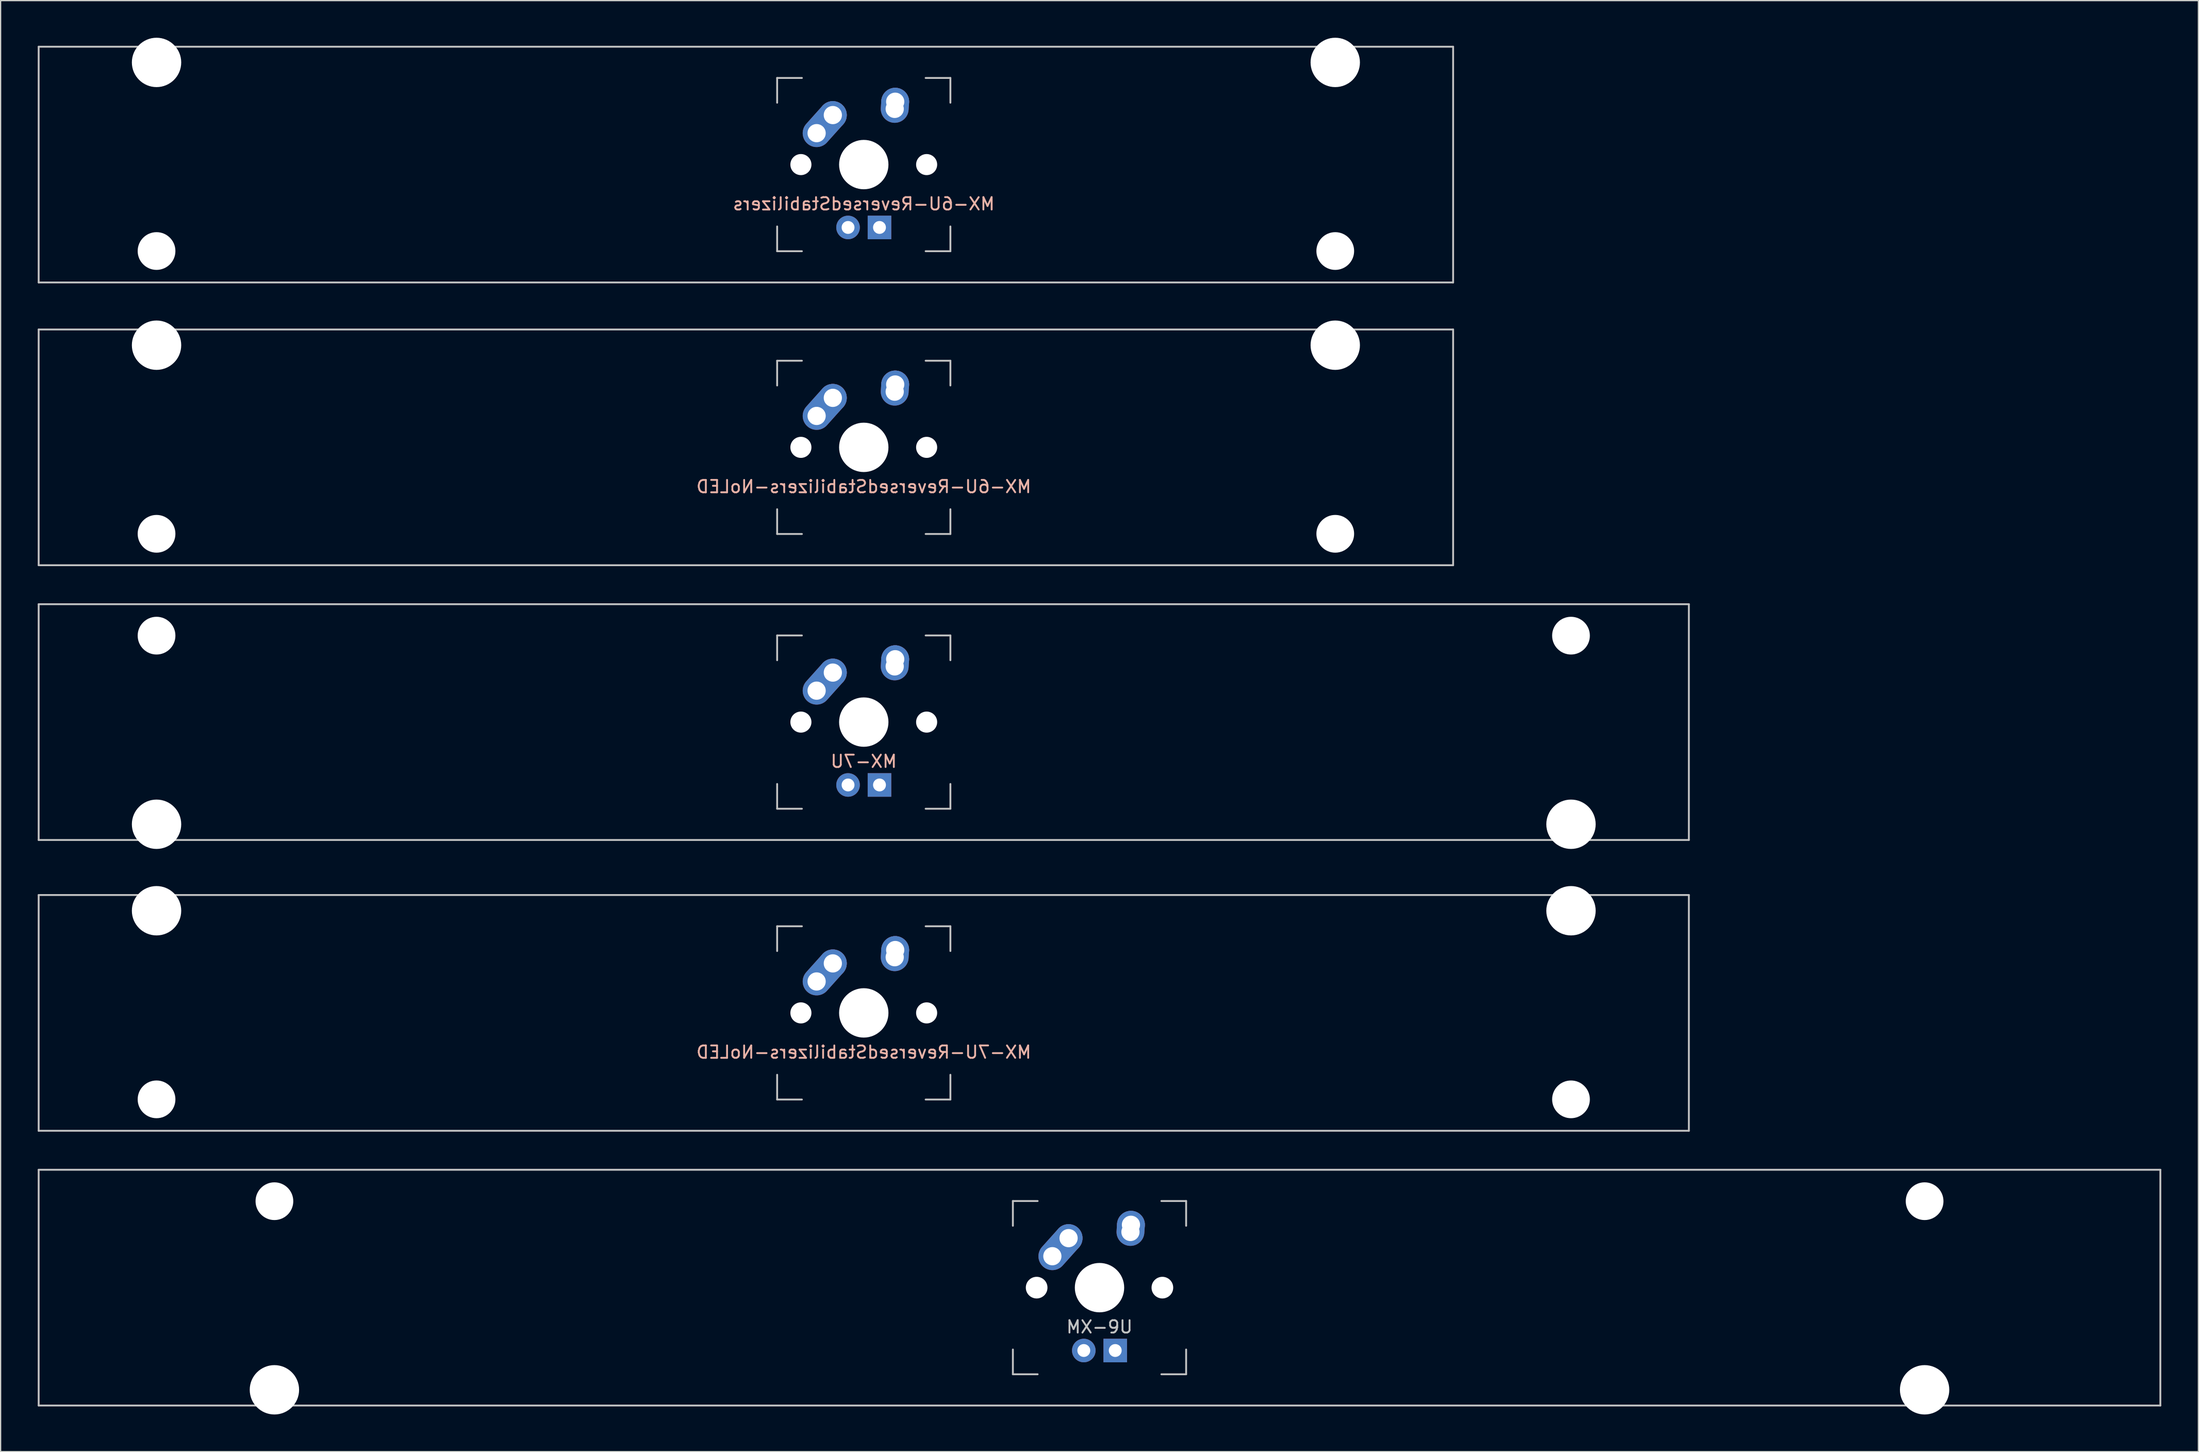
<source format=kicad_pcb>
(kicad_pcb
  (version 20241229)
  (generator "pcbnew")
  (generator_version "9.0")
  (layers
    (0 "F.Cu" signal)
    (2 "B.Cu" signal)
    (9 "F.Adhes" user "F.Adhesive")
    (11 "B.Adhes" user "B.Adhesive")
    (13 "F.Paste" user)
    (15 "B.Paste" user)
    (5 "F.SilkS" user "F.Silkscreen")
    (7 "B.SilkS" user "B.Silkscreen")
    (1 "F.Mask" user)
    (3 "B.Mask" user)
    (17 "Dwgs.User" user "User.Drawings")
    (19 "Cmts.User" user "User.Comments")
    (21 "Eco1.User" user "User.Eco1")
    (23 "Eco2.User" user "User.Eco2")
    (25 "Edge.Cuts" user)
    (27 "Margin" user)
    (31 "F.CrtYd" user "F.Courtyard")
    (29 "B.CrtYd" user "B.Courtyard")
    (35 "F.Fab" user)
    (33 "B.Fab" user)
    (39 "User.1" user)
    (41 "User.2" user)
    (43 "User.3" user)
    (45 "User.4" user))
  (footprint "MX-7U"
    (layer "F.Cu")
    (at 66.75 55.298)
    (property "Reference" "MX-7U" (at 0 3.175 0) (layer "B.SilkS") (effects (font (size 1 1) (thickness 0.15)) (justify mirror)))
    (attr through_hole)
    (fp_line (start -66.675 -9.525) (end 66.675 -9.525) (stroke (width 0.15) (type solid)) (layer "Dwgs.User"))
    (fp_line (start -66.675 9.525) (end -66.675 -9.525) (stroke (width 0.15) (type solid)) (layer "Dwgs.User"))
    (fp_line (start -66.675 9.525) (end 66.675 9.525) (stroke (width 0.15) (type solid)) (layer "Dwgs.User"))
    (fp_line (start -7 -7) (end -7 -5) (stroke (width 0.15) (type solid)) (layer "Dwgs.User"))
    (fp_line (start -7 5) (end -7 7) (stroke (width 0.15) (type solid)) (layer "Dwgs.User"))
    (fp_line (start -7 7) (end -5 7) (stroke (width 0.15) (type solid)) (layer "Dwgs.User"))
    (fp_line (start -5 -7) (end -7 -7) (stroke (width 0.15) (type solid)) (layer "Dwgs.User"))
    (fp_line (start 5 -7) (end 7 -7) (stroke (width 0.15) (type solid)) (layer "Dwgs.User"))
    (fp_line (start 5 7) (end 7 7) (stroke (width 0.15) (type solid)) (layer "Dwgs.User"))
    (fp_line (start 7 -7) (end 7 -5) (stroke (width 0.15) (type solid)) (layer "Dwgs.User"))
    (fp_line (start 7 7) (end 7 5) (stroke (width 0.15) (type solid)) (layer "Dwgs.User"))
    (fp_line (start 66.675 -9.525) (end 66.675 9.525) (stroke (width 0.15) (type solid)) (layer "Dwgs.User"))
    (pad "" np_thru_hole circle (at -57.15 -6.985) (size 3.048 3.048) (drill 3.048) (layers "*.Cu" "*.Mask"))
    (pad "" np_thru_hole circle (at -57.15 8.255) (size 3.988 3.988) (drill 3.988) (layers "*.Cu" "*.Mask"))
    (pad "" np_thru_hole circle (at -5.08 0 48.1) (size 1.702 1.702) (drill 1.702) (layers "*.Cu" "*.Mask"))
    (pad "" np_thru_hole circle (at 0 0) (size 3.988 3.988) (drill 3.988) (layers "*.Cu" "*.Mask"))
    (pad "" np_thru_hole circle (at 5.08 0 48.1) (size 1.702 1.702) (drill 1.702) (layers "*.Cu" "*.Mask"))
    (pad "" np_thru_hole circle (at 57.15 -6.985) (size 3.048 3.048) (drill 3.048) (layers "*.Cu" "*.Mask"))
    (pad "" np_thru_hole circle (at 57.15 8.255) (size 3.988 3.988) (drill 3.988) (layers "*.Cu" "*.Mask"))
    (pad "1" thru_hole oval (at -3.81 -2.54 48.1) (size 4.212 2.25) (drill 1.47 (offset 0.981 0)) (layers "*.Cu" "*.Mask"))
    (pad "1" thru_hole circle (at -2.5 -4) (size 2.25 2.25) (drill 1.47) (layers "*.Cu" "*.Mask"))
    (pad "2" thru_hole oval (at 2.5 -4.5 86.055) (size 2.831 2.25) (drill 1.47 (offset 0.291 0)) (layers "*.Cu" "*.Mask"))
    (pad "2" thru_hole circle (at 2.54 -5.08) (size 2.25 2.25) (drill 1.47) (layers "*.Cu" "*.Mask"))
    (pad "3" thru_hole circle (at -1.27 5.08) (size 1.905 1.905) (drill 1.04) (layers "*.Cu" "*.Mask"))
    (pad "4" thru_hole rect (at 1.27 5.08) (size 1.905 1.905) (drill 1.04) (layers "*.Cu" "*.Mask")))
  (footprint "MX-9U"
    (layer "F.Cu")
    (at 85.8 100.996)
    (property "Reference" "MX-9U" (at 0 3.175 0) (layer "Dwgs.User") (effects (font (size 1 1) (thickness 0.15))))
    (attr through_hole)
    (fp_line (start -85.725 -9.525) (end 85.725 -9.525) (stroke (width 0.15) (type solid)) (layer "Dwgs.User"))
    (fp_line (start -85.725 9.525) (end -85.725 -9.525) (stroke (width 0.15) (type solid)) (layer "Dwgs.User"))
    (fp_line (start -85.725 9.525) (end 85.725 9.525) (stroke (width 0.15) (type solid)) (layer "Dwgs.User"))
    (fp_line (start -7 -7) (end -7 -5) (stroke (width 0.15) (type solid)) (layer "Dwgs.User"))
    (fp_line (start -7 5) (end -7 7) (stroke (width 0.15) (type solid)) (layer "Dwgs.User"))
    (fp_line (start -7 7) (end -5 7) (stroke (width 0.15) (type solid)) (layer "Dwgs.User"))
    (fp_line (start -5 -7) (end -7 -7) (stroke (width 0.15) (type solid)) (layer "Dwgs.User"))
    (fp_line (start 5 -7) (end 7 -7) (stroke (width 0.15) (type solid)) (layer "Dwgs.User"))
    (fp_line (start 5 7) (end 7 7) (stroke (width 0.15) (type solid)) (layer "Dwgs.User"))
    (fp_line (start 7 -7) (end 7 -5) (stroke (width 0.15) (type solid)) (layer "Dwgs.User"))
    (fp_line (start 7 7) (end 7 5) (stroke (width 0.15) (type solid)) (layer "Dwgs.User"))
    (fp_line (start 85.725 -9.525) (end 85.725 9.525) (stroke (width 0.15) (type solid)) (layer "Dwgs.User"))
    (pad "" np_thru_hole circle (at -66.675 -6.985) (size 3.048 3.048) (drill 3.048) (layers "*.Cu" "*.Mask"))
    (pad "" np_thru_hole circle (at -66.675 8.255) (size 3.988 3.988) (drill 3.988) (layers "*.Cu" "*.Mask"))
    (pad "" np_thru_hole circle (at -5.08 0 48.1) (size 1.75 1.75) (drill 1.75) (layers "*.Cu" "*.Mask"))
    (pad "" np_thru_hole circle (at 0 0) (size 3.988 3.988) (drill 3.988) (layers "*.Cu" "*.Mask"))
    (pad "" np_thru_hole circle (at 5.08 0 48.1) (size 1.75 1.75) (drill 1.75) (layers "*.Cu" "*.Mask"))
    (pad "" np_thru_hole circle (at 66.675 -6.985) (size 3.048 3.048) (drill 3.048) (layers "*.Cu" "*.Mask"))
    (pad "" np_thru_hole circle (at 66.675 8.255) (size 3.988 3.988) (drill 3.988) (layers "*.Cu" "*.Mask"))
    (pad "1" thru_hole oval (at -3.81 -2.54 48.1) (size 4.212 2.25) (drill 1.47 (offset 0.981 0)) (layers "*.Cu" "B.Mask"))
    (pad "1" thru_hole circle (at -2.5 -4) (size 2.25 2.25) (drill 1.47) (layers "*.Cu" "B.Mask"))
    (pad "2" thru_hole oval (at 2.5 -4.5 86.055) (size 2.831 2.25) (drill 1.47 (offset 0.291 0)) (layers "*.Cu" "B.Mask"))
    (pad "2" thru_hole circle (at 2.54 -5.08) (size 2.25 2.25) (drill 1.47) (layers "*.Cu" "B.Mask"))
    (pad "3" thru_hole circle (at -1.27 5.08) (size 1.905 1.905) (drill 1.04) (layers "*.Cu" "B.Mask"))
    (pad "4" thru_hole rect (at 1.27 5.08) (size 1.905 1.905) (drill 1.04) (layers "*.Cu" "B.Mask")))
  (footprint "MX-7U-ReversedStabilizers-NoLED"
    (layer "F.Cu")
    (at 66.75 78.796)
    (property "Reference" "MX-7U-ReversedStabilizers-NoLED" (at 0 3.175 0) (layer "B.SilkS") (effects (font (size 1 1) (thickness 0.15)) (justify mirror)))
    (attr through_hole)
    (fp_line (start -66.675 -9.525) (end 66.675 -9.525) (stroke (width 0.15) (type solid)) (layer "Dwgs.User"))
    (fp_line (start -66.675 9.525) (end -66.675 -9.525) (stroke (width 0.15) (type solid)) (layer "Dwgs.User"))
    (fp_line (start -66.675 9.525) (end 66.675 9.525) (stroke (width 0.15) (type solid)) (layer "Dwgs.User"))
    (fp_line (start -7 -7) (end -7 -5) (stroke (width 0.15) (type solid)) (layer "Dwgs.User"))
    (fp_line (start -7 5) (end -7 7) (stroke (width 0.15) (type solid)) (layer "Dwgs.User"))
    (fp_line (start -7 7) (end -5 7) (stroke (width 0.15) (type solid)) (layer "Dwgs.User"))
    (fp_line (start -5 -7) (end -7 -7) (stroke (width 0.15) (type solid)) (layer "Dwgs.User"))
    (fp_line (start 5 -7) (end 7 -7) (stroke (width 0.15) (type solid)) (layer "Dwgs.User"))
    (fp_line (start 5 7) (end 7 7) (stroke (width 0.15) (type solid)) (layer "Dwgs.User"))
    (fp_line (start 7 -7) (end 7 -5) (stroke (width 0.15) (type solid)) (layer "Dwgs.User"))
    (fp_line (start 7 7) (end 7 5) (stroke (width 0.15) (type solid)) (layer "Dwgs.User"))
    (fp_line (start 66.675 -9.525) (end 66.675 9.525) (stroke (width 0.15) (type solid)) (layer "Dwgs.User"))
    (pad "" np_thru_hole circle (at -57.15 -8.255) (size 3.988 3.988) (drill 3.988) (layers "*.Cu" "*.Mask"))
    (pad "" np_thru_hole circle (at -57.15 6.985) (size 3.048 3.048) (drill 3.048) (layers "*.Cu" "*.Mask"))
    (pad "" np_thru_hole circle (at -5.08 0 48.1) (size 1.702 1.702) (drill 1.702) (layers "*.Cu" "*.Mask"))
    (pad "" np_thru_hole circle (at 0 0) (size 3.988 3.988) (drill 3.988) (layers "*.Cu" "*.Mask"))
    (pad "" np_thru_hole circle (at 5.08 0 48.1) (size 1.702 1.702) (drill 1.702) (layers "*.Cu" "*.Mask"))
    (pad "" np_thru_hole circle (at 57.15 -8.255) (size 3.988 3.988) (drill 3.988) (layers "*.Cu" "*.Mask"))
    (pad "" np_thru_hole circle (at 57.15 6.985) (size 3.048 3.048) (drill 3.048) (layers "*.Cu" "*.Mask"))
    (pad "1" thru_hole oval (at -3.81 -2.54 48.1) (size 4.212 2.25) (drill 1.47 (offset 0.981 0)) (layers "*.Cu" "*.Mask"))
    (pad "1" thru_hole circle (at -2.5 -4) (size 2.25 2.25) (drill 1.47) (layers "*.Cu" "*.Mask"))
    (pad "2" thru_hole oval (at 2.5 -4.5 86.055) (size 2.831 2.25) (drill 1.47 (offset 0.291 0)) (layers "*.Cu" "*.Mask"))
    (pad "2" thru_hole circle (at 2.54 -5.08) (size 2.25 2.25) (drill 1.47) (layers "*.Cu" "*.Mask")))
  (footprint "MX-6U-ReversedStabilizers-NoLED"
    (layer "F.Cu")
    (at 57.225 33.098)
    (property "Reference" "MX-6U-ReversedStabilizers-NoLED" (at 9.525 3.175 0) (layer "B.SilkS") (effects (font (size 1 1) (thickness 0.15)) (justify mirror)))
    (attr through_hole)
    (fp_line (start -57.15 -9.525) (end 57.15 -9.525) (stroke (width 0.15) (type solid)) (layer "Dwgs.User"))
    (fp_line (start -57.15 9.525) (end -57.15 -9.525) (stroke (width 0.15) (type solid)) (layer "Dwgs.User"))
    (fp_line (start -57.15 9.525) (end 57.15 9.525) (stroke (width 0.15) (type solid)) (layer "Dwgs.User"))
    (fp_line (start 2.525 -7) (end 2.525 -5) (stroke (width 0.15) (type solid)) (layer "Dwgs.User"))
    (fp_line (start 2.525 5) (end 2.525 7) (stroke (width 0.15) (type solid)) (layer "Dwgs.User"))
    (fp_line (start 2.525 7) (end 4.525 7) (stroke (width 0.15) (type solid)) (layer "Dwgs.User"))
    (fp_line (start 4.525 -7) (end 2.525 -7) (stroke (width 0.15) (type solid)) (layer "Dwgs.User"))
    (fp_line (start 14.525 -7) (end 16.525 -7) (stroke (width 0.15) (type solid)) (layer "Dwgs.User"))
    (fp_line (start 14.525 7) (end 16.525 7) (stroke (width 0.15) (type solid)) (layer "Dwgs.User"))
    (fp_line (start 16.525 -7) (end 16.525 -5) (stroke (width 0.15) (type solid)) (layer "Dwgs.User"))
    (fp_line (start 16.525 7) (end 16.525 5) (stroke (width 0.15) (type solid)) (layer "Dwgs.User"))
    (fp_line (start 57.15 -9.525) (end 57.15 9.525) (stroke (width 0.15) (type solid)) (layer "Dwgs.User"))
    (pad "" np_thru_hole circle (at -47.625 -8.255) (size 3.988 3.988) (drill 3.988) (layers "*.Cu" "*.Mask"))
    (pad "" np_thru_hole circle (at -47.625 6.985) (size 3.048 3.048) (drill 3.048) (layers "*.Cu" "*.Mask"))
    (pad "" np_thru_hole circle (at 4.445 0 48.1) (size 1.702 1.702) (drill 1.702) (layers "*.Cu" "*.Mask"))
    (pad "" np_thru_hole circle (at 9.525 0) (size 3.988 3.988) (drill 3.988) (layers "*.Cu" "*.Mask"))
    (pad "" np_thru_hole circle (at 14.605 0 48.1) (size 1.702 1.702) (drill 1.702) (layers "*.Cu" "*.Mask"))
    (pad "" np_thru_hole circle (at 47.625 -8.255) (size 3.988 3.988) (drill 3.988) (layers "*.Cu" "*.Mask"))
    (pad "" np_thru_hole circle (at 47.625 6.985) (size 3.048 3.048) (drill 3.048) (layers "*.Cu" "*.Mask"))
    (pad "1" thru_hole oval (at 5.715 -2.54 48.1) (size 4.212 2.25) (drill 1.47 (offset 0.981 0)) (layers "*.Cu" "*.Mask"))
    (pad "1" thru_hole circle (at 7.025 -4) (size 2.25 2.25) (drill 1.47) (layers "*.Cu" "*.Mask"))
    (pad "2" thru_hole oval (at 12.025 -4.5 86.055) (size 2.831 2.25) (drill 1.47 (offset 0.291 0)) (layers "*.Cu" "*.Mask"))
    (pad "2" thru_hole circle (at 12.065 -5.08) (size 2.25 2.25) (drill 1.47) (layers "*.Cu" "*.Mask")))
  (footprint "MX-6U-ReversedStabilizers"
    (layer "F.Cu")
    (at 57.225 10.249)
    (property "Reference" "MX-6U-ReversedStabilizers" (at 9.525 3.175 0) (layer "B.SilkS") (effects (font (size 1 1) (thickness 0.15)) (justify mirror)))
    (attr through_hole)
    (fp_line (start -57.15 -9.525) (end 57.15 -9.525) (stroke (width 0.15) (type solid)) (layer "Dwgs.User"))
    (fp_line (start -57.15 9.525) (end -57.15 -9.525) (stroke (width 0.15) (type solid)) (layer "Dwgs.User"))
    (fp_line (start -57.15 9.525) (end 57.15 9.525) (stroke (width 0.15) (type solid)) (layer "Dwgs.User"))
    (fp_line (start 2.525 -7) (end 2.525 -5) (stroke (width 0.15) (type solid)) (layer "Dwgs.User"))
    (fp_line (start 2.525 5) (end 2.525 7) (stroke (width 0.15) (type solid)) (layer "Dwgs.User"))
    (fp_line (start 2.525 7) (end 4.525 7) (stroke (width 0.15) (type solid)) (layer "Dwgs.User"))
    (fp_line (start 4.525 -7) (end 2.525 -7) (stroke (width 0.15) (type solid)) (layer "Dwgs.User"))
    (fp_line (start 14.525 -7) (end 16.525 -7) (stroke (width 0.15) (type solid)) (layer "Dwgs.User"))
    (fp_line (start 14.525 7) (end 16.525 7) (stroke (width 0.15) (type solid)) (layer "Dwgs.User"))
    (fp_line (start 16.525 -7) (end 16.525 -5) (stroke (width 0.15) (type solid)) (layer "Dwgs.User"))
    (fp_line (start 16.525 7) (end 16.525 5) (stroke (width 0.15) (type solid)) (layer "Dwgs.User"))
    (fp_line (start 57.15 -9.525) (end 57.15 9.525) (stroke (width 0.15) (type solid)) (layer "Dwgs.User"))
    (pad "" np_thru_hole circle (at -47.625 -8.255) (size 3.988 3.988) (drill 3.988) (layers "*.Cu" "*.Mask"))
    (pad "" np_thru_hole circle (at -47.625 6.985) (size 3.048 3.048) (drill 3.048) (layers "*.Cu" "*.Mask"))
    (pad "" np_thru_hole circle (at 4.445 0 48.1) (size 1.702 1.702) (drill 1.702) (layers "*.Cu" "*.Mask"))
    (pad "" np_thru_hole circle (at 9.525 0) (size 3.988 3.988) (drill 3.988) (layers "*.Cu" "*.Mask"))
    (pad "" np_thru_hole circle (at 14.605 0 48.1) (size 1.702 1.702) (drill 1.702) (layers "*.Cu" "*.Mask"))
    (pad "" np_thru_hole circle (at 47.625 -8.255) (size 3.988 3.988) (drill 3.988) (layers "*.Cu" "*.Mask"))
    (pad "" np_thru_hole circle (at 47.625 6.985) (size 3.048 3.048) (drill 3.048) (layers "*.Cu" "*.Mask"))
    (pad "1" thru_hole oval (at 5.715 -2.54 48.1) (size 4.212 2.25) (drill 1.47 (offset 0.981 0)) (layers "*.Cu" "*.Mask"))
    (pad "1" thru_hole circle (at 7.025 -4) (size 2.25 2.25) (drill 1.47) (layers "*.Cu" "*.Mask"))
    (pad "2" thru_hole oval (at 12.025 -4.5 86.055) (size 2.831 2.25) (drill 1.47 (offset 0.291 0)) (layers "*.Cu" "*.Mask"))
    (pad "2" thru_hole circle (at 12.065 -5.08) (size 2.25 2.25) (drill 1.47) (layers "*.Cu" "*.Mask"))
    (pad "3" thru_hole circle (at 8.255 5.08) (size 1.905 1.905) (drill 1.04) (layers "*.Cu" "*.Mask"))
    (pad "4" thru_hole rect (at 10.795 5.08) (size 1.905 1.905) (drill 1.04) (layers "*.Cu" "*.Mask")))
  (gr_rect
    (start -3 -3)
    (end 174.6 114.245)
    (stroke (width 0.1) (type default))
    (fill no)
    (layer "Edge.Cuts")))
</source>
